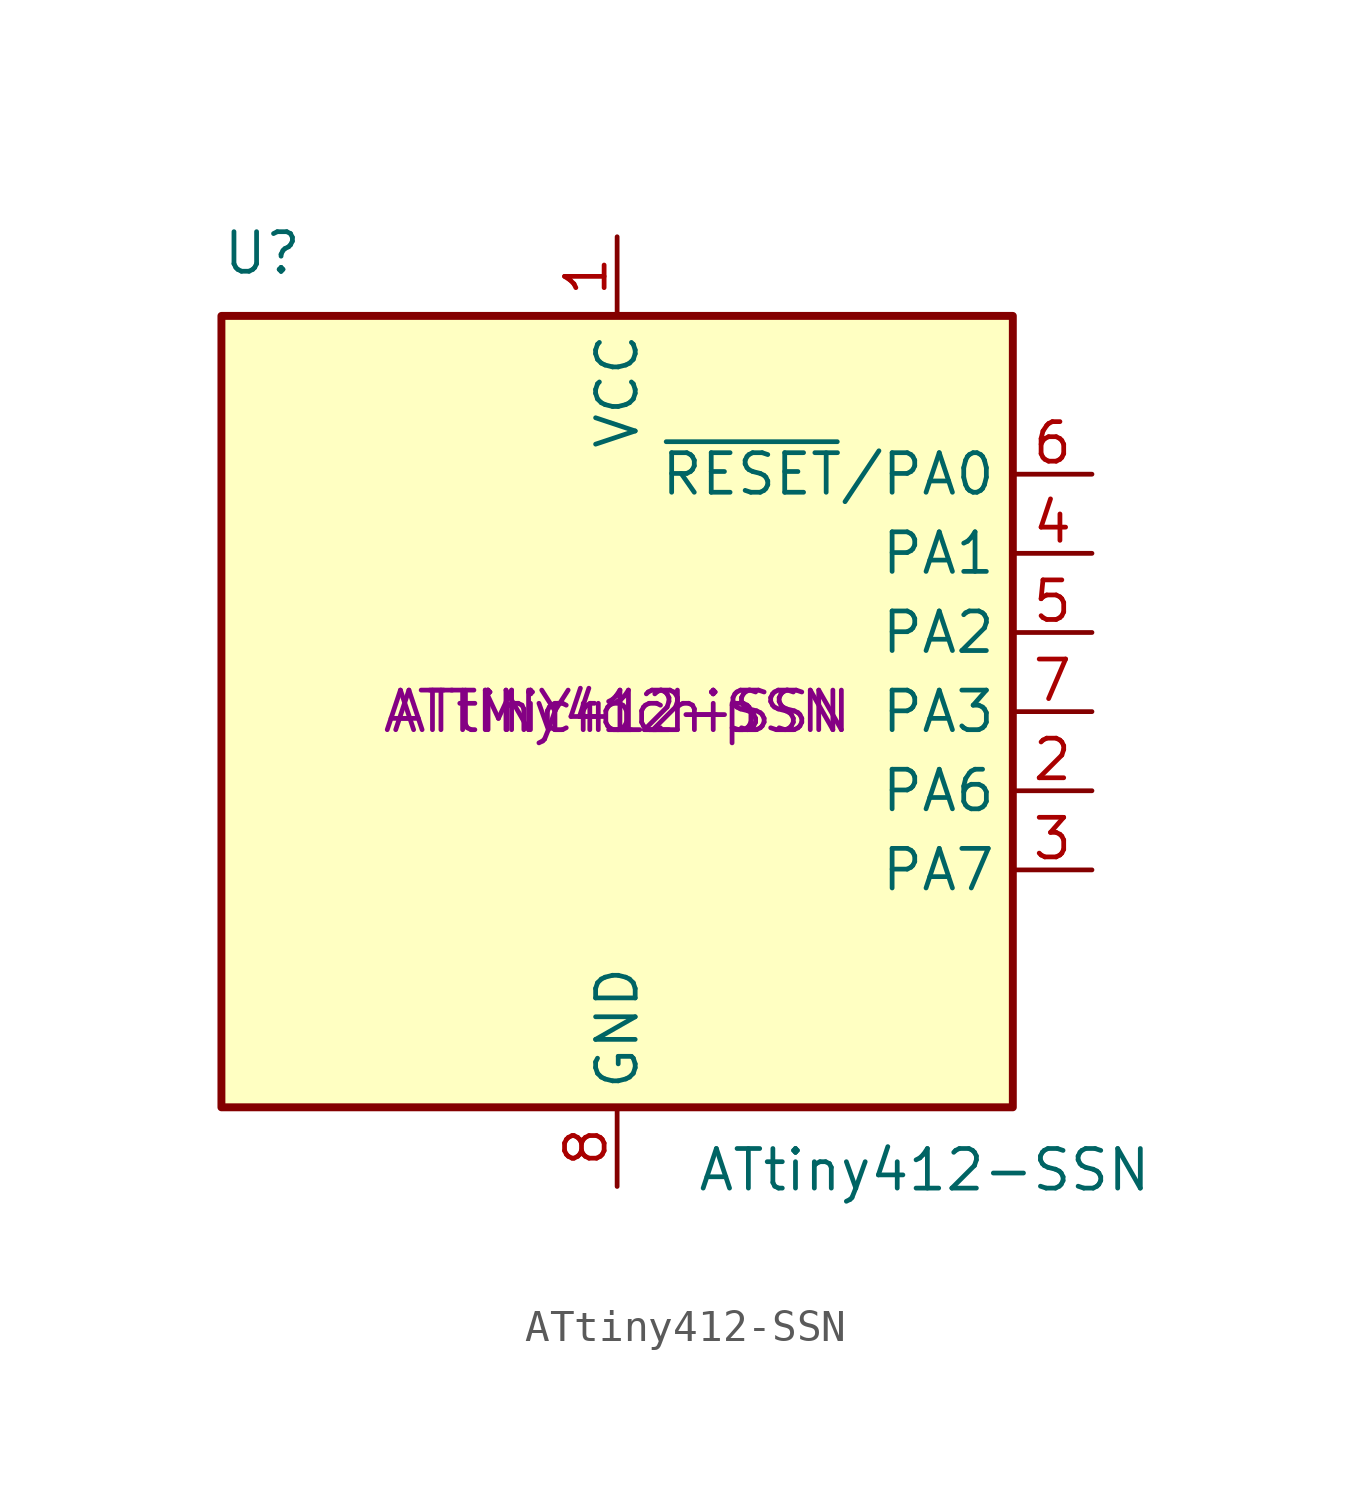
<source format=kicad_sym>
(kicad_symbol_lib
  (version 20231120)
  (generator "kicad_symbol_editor")
  (generator_version "8.0")
  (symbol "ATtiny412-SSN"
    (property "Reference" "U"
      (at -12.7 13.97 0)
      (effects (font (size 1.27 1.27)) (justify left bottom)))
    (property "Value" "ATtiny412-SSN"
      (at 2.54 -13.97 0)
      (effects (font (size 1.27 1.27)) (justify left top)))
    (property "Name" "ATtiny412-SSN"
      (at 0 0 0)
      (effects (font (size 1.27 1.27))))
    (property "Storage" ""
      (at 0 0 0)
      (effects (font (size 1.27 1.27))))
    (property "Manufacturer" "Microchip"
      (at 0 0 0)
      (effects (font (size 1.27 1.27))))
    (property "MPN" "ATTINY412-SSN"
      (at 0 0 0)
      (effects (font (size 1.27 1.27))))
    (symbol "ATtiny412-SSN_0_1"
      (rectangle (start -12.7 -12.7) (end 12.7 12.7) (stroke (width 0.254) (type default)) (fill (type background))))
    (symbol "ATtiny412-SSN_1_1"
      (pin power_in line (at 0 15.24 270) (length 2.54) (name "VCC" (effects (font (size 1.27 1.27)))) (number "1" (effects (font (size 1.27 1.27)))))
      (pin bidirectional line (at 15.24 -2.54 180) (length 2.54) (name "PA6" (effects (font (size 1.27 1.27)))) (number "2" (effects (font (size 1.27 1.27)))))
      (pin bidirectional line (at 15.24 -5.08 180) (length 2.54) (name "PA7" (effects (font (size 1.27 1.27)))) (number "3" (effects (font (size 1.27 1.27)))))
      (pin bidirectional line (at 15.24 5.08 180) (length 2.54) (name "PA1" (effects (font (size 1.27 1.27)))) (number "4" (effects (font (size 1.27 1.27)))))
      (pin bidirectional line (at 15.24 2.54 180) (length 2.54) (name "PA2" (effects (font (size 1.27 1.27)))) (number "5" (effects (font (size 1.27 1.27)))))
      (pin bidirectional line (at 15.24 7.62 180) (length 2.54) (name "~{RESET}/PA0" (effects (font (size 1.27 1.27)))) (number "6" (effects (font (size 1.27 1.27)))))
      (pin bidirectional line (at 15.24 0 180) (length 2.54) (name "PA3" (effects (font (size 1.27 1.27)))) (number "7" (effects (font (size 1.27 1.27)))))
      (pin power_in line (at 0 -15.24 90) (length 2.54) (name "GND" (effects (font (size 1.27 1.27)))) (number "8" (effects (font (size 1.27 1.27))))))))
</source>
